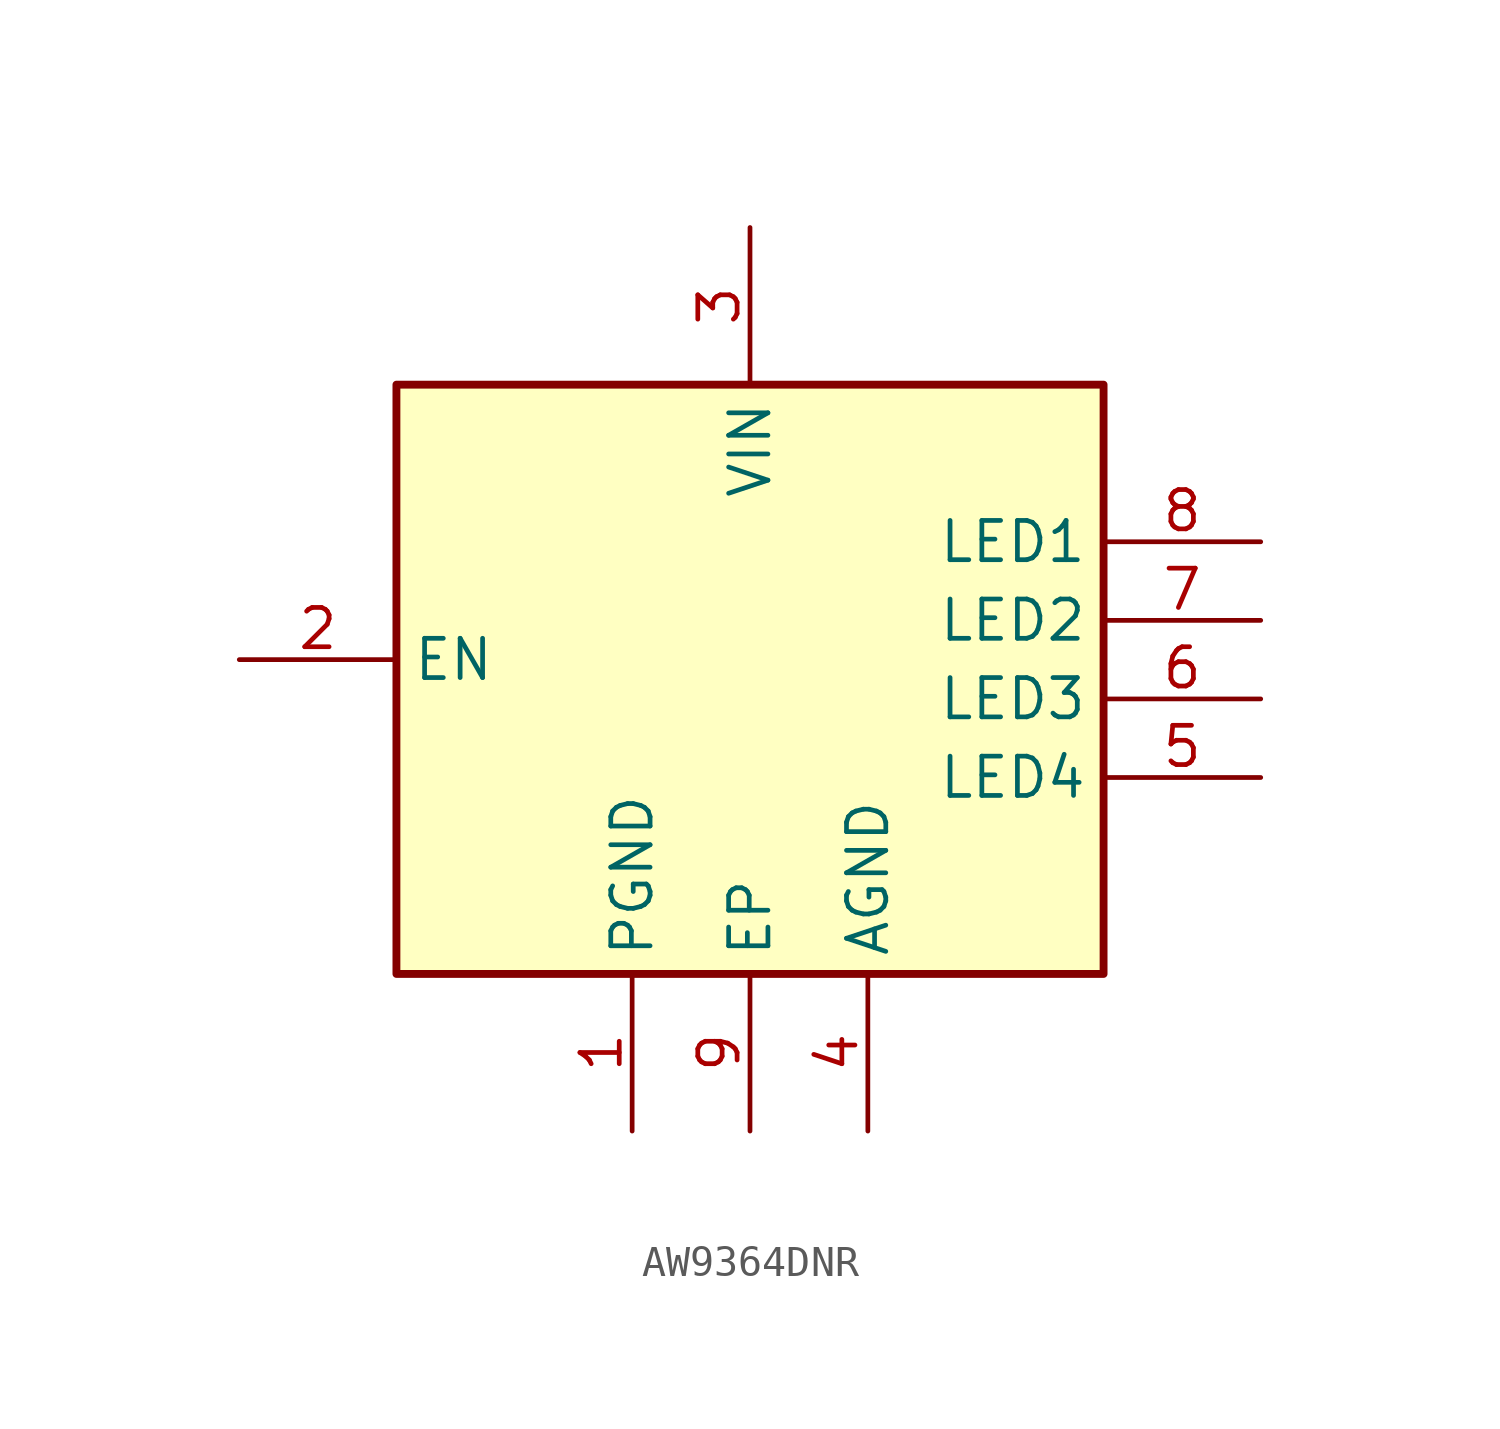
<source format=kicad_sym>
(kicad_symbol_lib
  (version 20241209)
  (generator "kicad_symbol_editor")
  (generator_version "9.0")
  (symbol "AW9364DNR"
    (property "Reference" "IC"
      (at 26.67 7.62 0)
      (effects (font (size 1.27 1.27)) (justify left top) (hide yes)))
    (symbol "AW9364DNR_1_1"
      (rectangle (start -11.43 10.16) (end 11.43 -8.89) (stroke (width 0.254) (type default)) (fill (type background)))
      (pin passive line (at -16.51 1.27 0) (length 5.08) (name "EN" (effects (font (size 1.27 1.27)))) (number "2" (effects (font (size 1.27 1.27)))))
      (pin power_in line (at -3.81 -13.97 90) (length 5.08) (name "PGND" (effects (font (size 1.27 1.27)))) (number "1" (effects (font (size 1.27 1.27)))))
      (pin power_in line (at 0 15.24 270) (length 5.08) (name "VIN" (effects (font (size 1.27 1.27)))) (number "3" (effects (font (size 1.27 1.27)))))
      (pin power_in line (at 0 -13.97 90) (length 5.08) (name "EP" (effects (font (size 1.27 1.27)))) (number "9" (effects (font (size 1.27 1.27)))))
      (pin power_in line (at 3.81 -13.97 90) (length 5.08) (name "AGND" (effects (font (size 1.27 1.27)))) (number "4" (effects (font (size 1.27 1.27)))))
      (pin passive line (at 16.51 5.08 180) (length 5.08) (name "LED1" (effects (font (size 1.27 1.27)))) (number "8" (effects (font (size 1.27 1.27)))))
      (pin passive line (at 16.51 2.54 180) (length 5.08) (name "LED2" (effects (font (size 1.27 1.27)))) (number "7" (effects (font (size 1.27 1.27)))))
      (pin passive line (at 16.51 0 180) (length 5.08) (name "LED3" (effects (font (size 1.27 1.27)))) (number "6" (effects (font (size 1.27 1.27)))))
      (pin passive line (at 16.51 -2.54 180) (length 5.08) (name "LED4" (effects (font (size 1.27 1.27)))) (number "5" (effects (font (size 1.27 1.27))))))))
</source>
